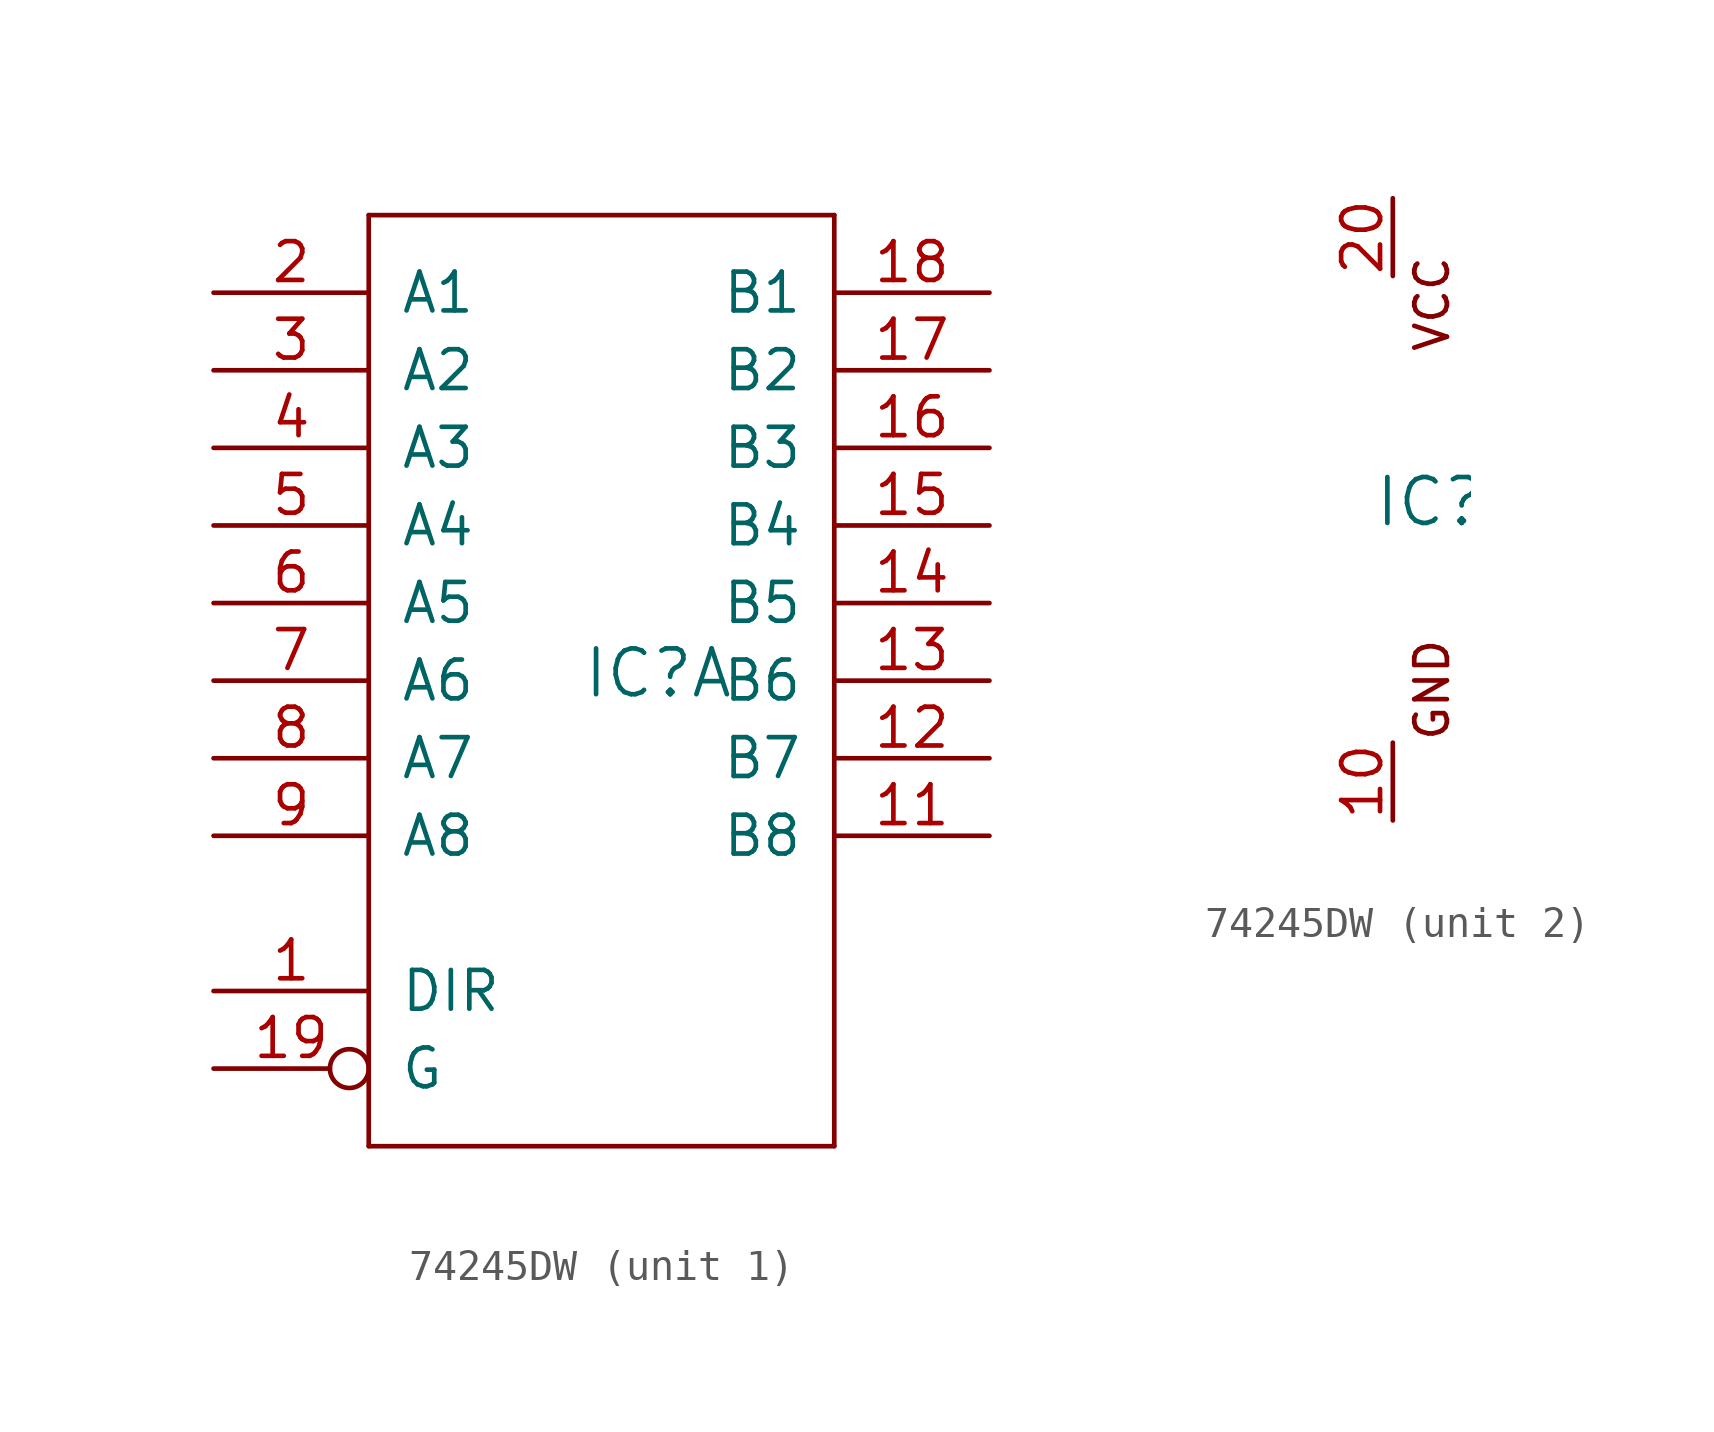
<source format=kicad_sym>
(kicad_symbol_lib
  (version 20211014)
  (generator kicad_symbol_editor)
  (symbol "74245DW"
    (pin_names
      (offset 1.016))
    (property "Reference" "IC"
      (at -0.635 -0.635 0)
      (effects (font (size 1.499 1.499)) (justify left bottom)))
    (property "ki_locked" ""
      (at 0 0 0)
      (effects (font (size 1.27 1.27))))
    (symbol "74245DW_1_0"
      (polyline (pts (xy -7.62 -15.24) (xy 7.62 -15.24)) (stroke (width 0) (type default) (color 0 0 0 0)) (fill (type none)))
      (polyline (pts (xy -7.62 15.24) (xy -7.62 -15.24)) (stroke (width 0) (type default) (color 0 0 0 0)) (fill (type none)))
      (polyline (pts (xy 7.62 -15.24) (xy 7.62 15.24)) (stroke (width 0) (type default) (color 0 0 0 0)) (fill (type none)))
      (polyline (pts (xy 7.62 15.24) (xy -7.62 15.24)) (stroke (width 0) (type default) (color 0 0 0 0)) (fill (type none)))
      (pin input line (at -12.7 -10.16 0) (length 5.08) (name "DIR" (effects (font (size 1.27 1.27)))) (number "1" (effects (font (size 1.27 1.27)))))
      (pin bidirectional line (at 12.7 -5.08 180) (length 5.08) (name "B8" (effects (font (size 1.27 1.27)))) (number "11" (effects (font (size 1.27 1.27)))))
      (pin bidirectional line (at 12.7 -2.54 180) (length 5.08) (name "B7" (effects (font (size 1.27 1.27)))) (number "12" (effects (font (size 1.27 1.27)))))
      (pin bidirectional line (at 12.7 0 180) (length 5.08) (name "B6" (effects (font (size 1.27 1.27)))) (number "13" (effects (font (size 1.27 1.27)))))
      (pin bidirectional line (at 12.7 2.54 180) (length 5.08) (name "B5" (effects (font (size 1.27 1.27)))) (number "14" (effects (font (size 1.27 1.27)))))
      (pin bidirectional line (at 12.7 5.08 180) (length 5.08) (name "B4" (effects (font (size 1.27 1.27)))) (number "15" (effects (font (size 1.27 1.27)))))
      (pin bidirectional line (at 12.7 7.62 180) (length 5.08) (name "B3" (effects (font (size 1.27 1.27)))) (number "16" (effects (font (size 1.27 1.27)))))
      (pin bidirectional line (at 12.7 10.16 180) (length 5.08) (name "B2" (effects (font (size 1.27 1.27)))) (number "17" (effects (font (size 1.27 1.27)))))
      (pin bidirectional line (at 12.7 12.7 180) (length 5.08) (name "B1" (effects (font (size 1.27 1.27)))) (number "18" (effects (font (size 1.27 1.27)))))
      (pin input inverted (at -12.7 -12.7 0) (length 5.08) (name "G" (effects (font (size 1.27 1.27)))) (number "19" (effects (font (size 1.27 1.27)))))
      (pin bidirectional line (at -12.7 12.7 0) (length 5.08) (name "A1" (effects (font (size 1.27 1.27)))) (number "2" (effects (font (size 1.27 1.27)))))
      (pin bidirectional line (at -12.7 10.16 0) (length 5.08) (name "A2" (effects (font (size 1.27 1.27)))) (number "3" (effects (font (size 1.27 1.27)))))
      (pin bidirectional line (at -12.7 7.62 0) (length 5.08) (name "A3" (effects (font (size 1.27 1.27)))) (number "4" (effects (font (size 1.27 1.27)))))
      (pin bidirectional line (at -12.7 5.08 0) (length 5.08) (name "A4" (effects (font (size 1.27 1.27)))) (number "5" (effects (font (size 1.27 1.27)))))
      (pin bidirectional line (at -12.7 2.54 0) (length 5.08) (name "A5" (effects (font (size 1.27 1.27)))) (number "6" (effects (font (size 1.27 1.27)))))
      (pin bidirectional line (at -12.7 0 0) (length 5.08) (name "A6" (effects (font (size 1.27 1.27)))) (number "7" (effects (font (size 1.27 1.27)))))
      (pin bidirectional line (at -12.7 -2.54 0) (length 5.08) (name "A7" (effects (font (size 1.27 1.27)))) (number "8" (effects (font (size 1.27 1.27)))))
      (pin bidirectional line (at -12.7 -5.08 0) (length 5.08) (name "A8" (effects (font (size 1.27 1.27)))) (number "9" (effects (font (size 1.27 1.27))))))
    (symbol "74245DW_2_0"
      (text "GND" (at 1.905 -7.62 900) (effects (font (size 1.067 1.067)) (justify left bottom)))
      (text "VCC" (at 1.905 5.08 900) (effects (font (size 1.067 1.067)) (justify left bottom)))
      (pin power_in line (at 0 -10.16 90) (length 2.54) (name "GND" (effects (font (size 0 0)))) (number "10" (effects (font (size 1.27 1.27)))))
      (pin power_in line (at 0 10.16 270) (length 2.54) (name "VCC" (effects (font (size 0 0)))) (number "20" (effects (font (size 1.27 1.27))))))))
</source>
